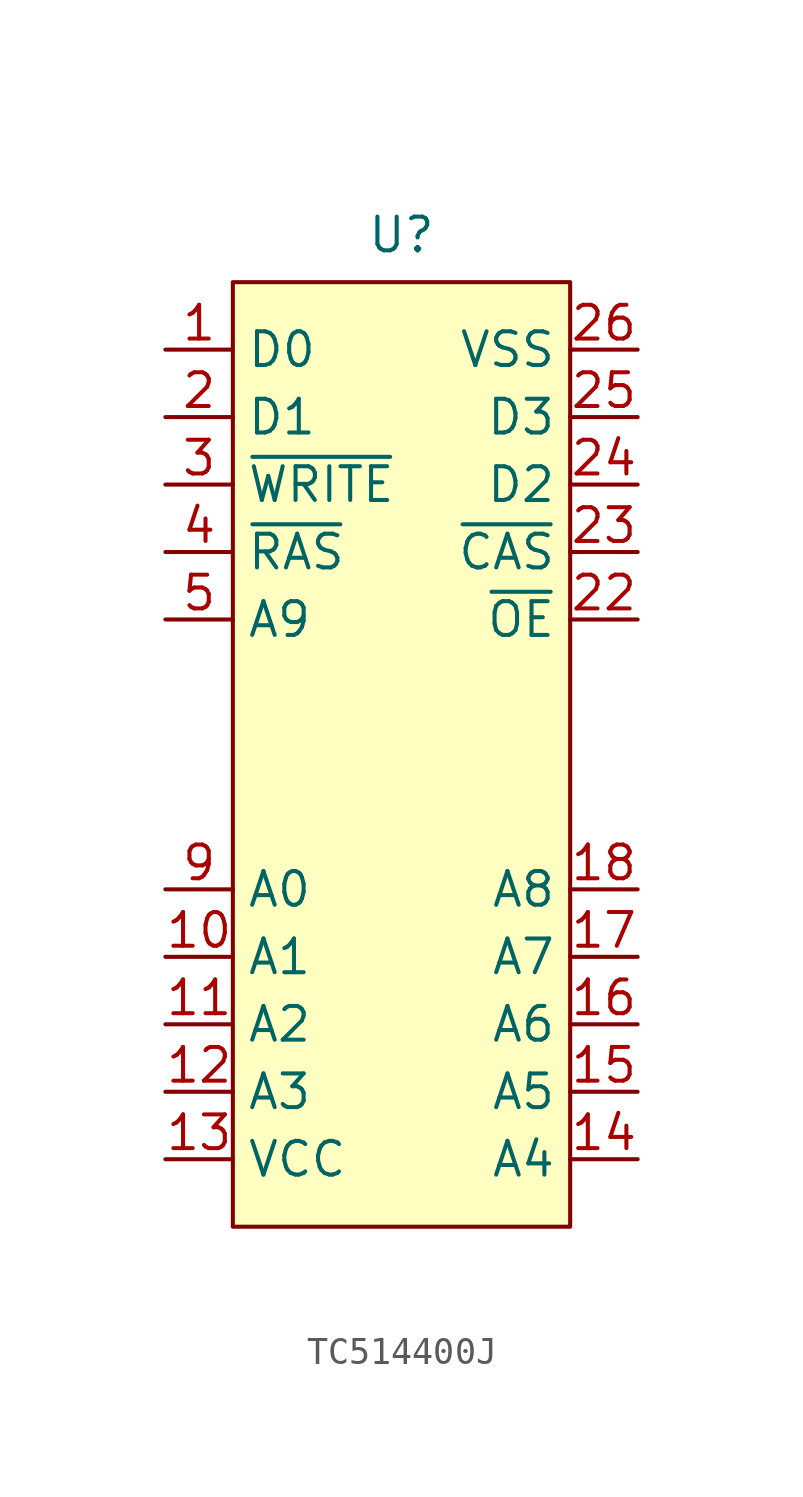
<source format=kicad_sym>
(kicad_symbol_lib
  (version 20241209)
  (generator "kicad_symbol_editor")
  (generator_version "9.0")
  (symbol "TC514400J"
    (property "Reference" "U"
      (at 0 1.778 0)
      (effects (font (size 1.27 1.27))))
    (property "Value" ""
      (at 0 0 0)
      (effects (font (size 1.27 1.27))))
    (symbol "TC514400J_1_1"
      (rectangle (start -6.35 0) (end 6.35 -35.56) (stroke (width 0) (type solid)) (fill (type background)))
      (pin bidirectional line (at -8.89 -2.54 0) (length 2.54) (name "D0" (effects (font (size 1.27 1.27)))) (number "1" (effects (font (size 1.27 1.27)))))
      (pin bidirectional line (at -8.89 -5.08 0) (length 2.54) (name "D1" (effects (font (size 1.27 1.27)))) (number "2" (effects (font (size 1.27 1.27)))))
      (pin bidirectional line (at -8.89 -7.62 0) (length 2.54) (name "~{WRITE}" (effects (font (size 1.27 1.27)))) (number "3" (effects (font (size 1.27 1.27)))))
      (pin input line (at -8.89 -10.16 0) (length 2.54) (name "~{RAS}" (effects (font (size 1.27 1.27)))) (number "4" (effects (font (size 1.27 1.27)))))
      (pin input line (at -8.89 -12.7 0) (length 2.54) (name "A9" (effects (font (size 1.27 1.27)))) (number "5" (effects (font (size 1.27 1.27)))))
      (pin input line (at -8.89 -22.86 0) (length 2.54) (name "A0" (effects (font (size 1.27 1.27)))) (number "9" (effects (font (size 1.27 1.27)))))
      (pin input line (at -8.89 -25.4 0) (length 2.54) (name "A1" (effects (font (size 1.27 1.27)))) (number "10" (effects (font (size 1.27 1.27)))))
      (pin input line (at -8.89 -27.94 0) (length 2.54) (name "A2" (effects (font (size 1.27 1.27)))) (number "11" (effects (font (size 1.27 1.27)))))
      (pin input line (at -8.89 -30.48 0) (length 2.54) (name "A3" (effects (font (size 1.27 1.27)))) (number "12" (effects (font (size 1.27 1.27)))))
      (pin input line (at -8.89 -33.02 0) (length 2.54) (name "VCC" (effects (font (size 1.27 1.27)))) (number "13" (effects (font (size 1.27 1.27)))))
      (pin input line (at 8.89 -2.54 180) (length 2.54) (name "VSS" (effects (font (size 1.27 1.27)))) (number "26" (effects (font (size 1.27 1.27)))))
      (pin input line (at 8.89 -5.08 180) (length 2.54) (name "D3" (effects (font (size 1.27 1.27)))) (number "25" (effects (font (size 1.27 1.27)))))
      (pin input line (at 8.89 -7.62 180) (length 2.54) (name "D2" (effects (font (size 1.27 1.27)))) (number "24" (effects (font (size 1.27 1.27)))))
      (pin input line (at 8.89 -10.16 180) (length 2.54) (name "~{CAS}" (effects (font (size 1.27 1.27)))) (number "23" (effects (font (size 1.27 1.27)))))
      (pin input line (at 8.89 -12.7 180) (length 2.54) (name "~{OE}" (effects (font (size 1.27 1.27)))) (number "22" (effects (font (size 1.27 1.27)))))
      (pin input line (at 8.89 -22.86 180) (length 2.54) (name "A8" (effects (font (size 1.27 1.27)))) (number "18" (effects (font (size 1.27 1.27)))))
      (pin input line (at 8.89 -25.4 180) (length 2.54) (name "A7" (effects (font (size 1.27 1.27)))) (number "17" (effects (font (size 1.27 1.27)))))
      (pin input line (at 8.89 -27.94 180) (length 2.54) (name "A6" (effects (font (size 1.27 1.27)))) (number "16" (effects (font (size 1.27 1.27)))))
      (pin input line (at 8.89 -30.48 180) (length 2.54) (name "A5" (effects (font (size 1.27 1.27)))) (number "15" (effects (font (size 1.27 1.27)))))
      (pin input line (at 8.89 -33.02 180) (length 2.54) (name "A4" (effects (font (size 1.27 1.27)))) (number "14" (effects (font (size 1.27 1.27))))))))
</source>
